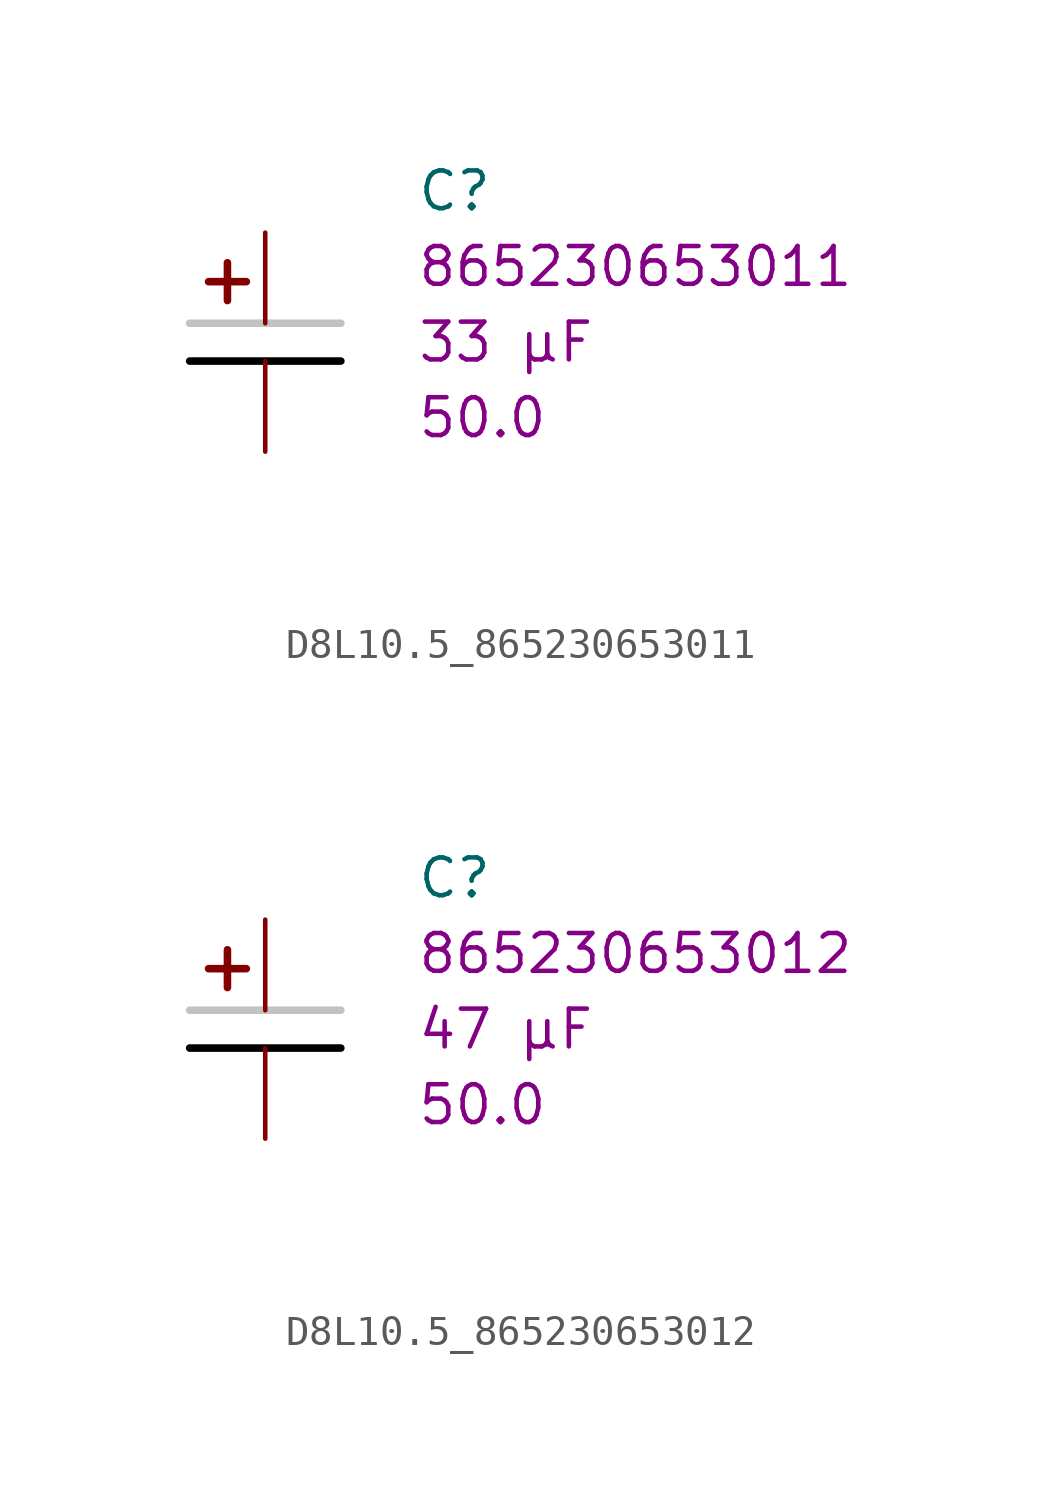
<source format=kicad_sym>
(kicad_symbol_lib
  (version 20220914)
  (generator kicad_symbol_editor)
  (symbol "D8L10.5_865230653011"
    (pin_numbers hide)
    (pin_names hide)
    (property "Reference" "C"
      (at 5.08 5.08 0)
      (effects (font (size 1.27 1.27)) (justify left)))
    (property "Part Number" "865230653011"
      (at 5.08 2.54 0)
      (effects (font (size 1.27 1.27)) (justify left)))
    (property "Capacitance" "33 µF"
      (at 5.08 0 0)
      (effects (font (size 1.27 1.27)) (justify left)))
    (property "Voltage" "50.0"
      (at 5.08 -2.54 0)
      (effects (font (size 1.27 1.27)) (justify left)))
    (property "Critical Parameter" ""
      (at 0 -7.62 0)
      (effects (font (size 1.27 1.27))))
    (symbol "D8L10.5_865230653011_1_1"
      (polyline (pts (xy -1.27 2.667) (xy -1.27 1.397)) (stroke (width 0.254) (type default)) (fill (type none)))
      (polyline (pts (xy -0.635 2.032) (xy -1.905 2.032)) (stroke (width 0.254) (type default)) (fill (type none)))
      (polyline (pts (xy 2.54 -0.635) (xy -2.54 -0.635)) (stroke (width 0.254) (type default) (color 0 0 0 1)) (fill (type none)))
      (polyline (pts (xy 2.54 0.635) (xy -2.54 0.635)) (stroke (width 0.254) (type default) (color 194 194 194 1)) (fill (type none)))
      (pin passive line (at 0 3.679 270) (length 3.044) (name "1" (effects (font (size 1.27 1.27)))) (number "1" (effects (font (size 1.27 1.27)))))
      (pin passive line (at 0 -3.679 90) (length 3.044) (name "2" (effects (font (size 1.27 1.27)))) (number "2" (effects (font (size 1.27 1.27)))))))
  (symbol "D8L10.5_865230653012"
    (pin_numbers hide)
    (pin_names hide)
    (property "Reference" "C"
      (at 5.08 5.08 0)
      (effects (font (size 1.27 1.27)) (justify left)))
    (property "Part Number" "865230653012"
      (at 5.08 2.54 0)
      (effects (font (size 1.27 1.27)) (justify left)))
    (property "Capacitance" "47 µF"
      (at 5.08 0 0)
      (effects (font (size 1.27 1.27)) (justify left)))
    (property "Voltage" "50.0"
      (at 5.08 -2.54 0)
      (effects (font (size 1.27 1.27)) (justify left)))
    (property "Critical Parameter" ""
      (at 0 -7.62 0)
      (effects (font (size 1.27 1.27))))
    (symbol "D8L10.5_865230653012_1_1"
      (polyline (pts (xy -1.27 2.667) (xy -1.27 1.397)) (stroke (width 0.254) (type default)) (fill (type none)))
      (polyline (pts (xy -0.635 2.032) (xy -1.905 2.032)) (stroke (width 0.254) (type default)) (fill (type none)))
      (polyline (pts (xy 2.54 -0.635) (xy -2.54 -0.635)) (stroke (width 0.254) (type default) (color 0 0 0 1)) (fill (type none)))
      (polyline (pts (xy 2.54 0.635) (xy -2.54 0.635)) (stroke (width 0.254) (type default) (color 194 194 194 1)) (fill (type none)))
      (pin passive line (at 0 3.679 270) (length 3.044) (name "1" (effects (font (size 1.27 1.27)))) (number "1" (effects (font (size 1.27 1.27)))))
      (pin passive line (at 0 -3.679 90) (length 3.044) (name "2" (effects (font (size 1.27 1.27)))) (number "2" (effects (font (size 1.27 1.27))))))))
</source>
